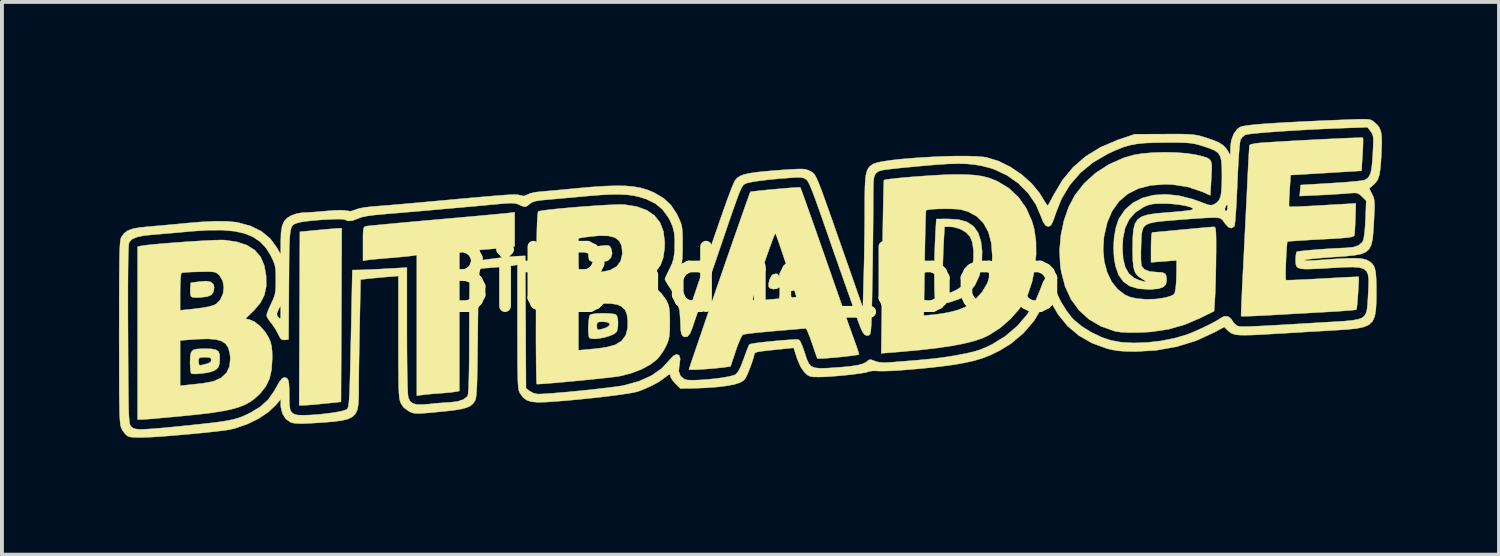
<source format=kicad_pcb>
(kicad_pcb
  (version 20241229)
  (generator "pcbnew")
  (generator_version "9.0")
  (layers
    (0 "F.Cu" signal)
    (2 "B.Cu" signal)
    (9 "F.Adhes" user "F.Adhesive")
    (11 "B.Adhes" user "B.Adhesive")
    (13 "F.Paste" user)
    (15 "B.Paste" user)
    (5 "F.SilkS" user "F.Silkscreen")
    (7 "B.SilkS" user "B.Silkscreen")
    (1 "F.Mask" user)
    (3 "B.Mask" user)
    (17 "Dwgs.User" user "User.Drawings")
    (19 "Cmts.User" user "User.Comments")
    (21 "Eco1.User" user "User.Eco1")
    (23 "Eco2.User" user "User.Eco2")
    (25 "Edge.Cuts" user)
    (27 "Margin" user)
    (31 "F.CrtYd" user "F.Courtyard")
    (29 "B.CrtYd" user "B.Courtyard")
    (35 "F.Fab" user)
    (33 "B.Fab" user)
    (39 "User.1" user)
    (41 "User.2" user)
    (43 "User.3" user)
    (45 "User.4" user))
  (footprint "BitBadge_logo"
    (layer "F.Cu")
    (at 16.103 4.109)
    (property "Reference" "BitBadge_logo" (at 0 0 0) (layer "F.SilkS") (effects (font (size 1.524 1.524) (thickness 0.3))))
    (attr through_hole)
    (fp_poly (pts (xy 0.774 -0.135) (xy 0.823 -0.083) (xy 0.854 0.01) (xy 0.862 0.112) (xy 0.841 0.192) (xy 0.835 0.2) (xy 0.767 0.242) (xy 0.677 0.253) (xy 0.595 0.235) (xy 0.557 0.198) (xy 0.552 0.109) (xy 0.579 0.000113) (xy 0.628 -0.091) (xy 0.658 -0.12) (xy 0.737 -0.141) (xy 0.774 -0.135)) (stroke (width 0.01) (type solid)) (fill yes) (layer "F.SilkS"))
    (fp_poly (pts (xy -10.401 0.918) (xy -10.411 3.143) (xy -10.81 3.185) (xy -10.989 3.203) (xy -11.155 3.218) (xy -11.286 3.228) (xy -11.347 3.231) (xy -11.483 3.234) (xy -11.474 1.008) (xy -11.465 -1.217) (xy -11.01 -1.26) (xy -10.829 -1.277) (xy -10.668 -1.291) (xy -10.544 -1.301) (xy -10.475 -1.305) (xy -10.474 -1.305) (xy -10.392 -1.308) (xy -10.401 0.918)) (stroke (width 0.01) (type solid)) (fill yes) (layer "F.SilkS"))
    (fp_poly (pts (xy -13.746 0.07) (xy -13.68 0.128) (xy -13.663 0.21) (xy -13.679 0.324) (xy -13.732 0.399) (xy -13.836 0.444) (xy -13.999 0.465) (xy -14.003 0.466) (xy -14.139 0.471) (xy -14.219 0.463) (xy -14.257 0.439) (xy -14.264 0.426) (xy -14.275 0.355) (xy -14.275 0.251) (xy -14.274 0.231) (xy -14.263 0.091) (xy -14.047 0.061) (xy -13.867 0.048) (xy -13.746 0.07)) (stroke (width 0.01) (type solid)) (fill yes) (layer "F.SilkS"))
    (fp_poly (pts (xy -3.557 -0.866) (xy -3.517 -0.844) (xy -3.489 -0.797) (xy -3.483 -0.784) (xy -3.459 -0.665) (xy -3.489 -0.557) (xy -3.563 -0.482) (xy -3.598 -0.468) (xy -3.729 -0.444) (xy -3.86 -0.438) (xy -3.97 -0.451) (xy -4.038 -0.48) (xy -4.048 -0.494) (xy -4.068 -0.597) (xy -4.063 -0.704) (xy -4.034 -0.782) (xy -4.024 -0.792) (xy -3.965 -0.816) (xy -3.859 -0.84) (xy -3.753 -0.856) (xy -3.629 -0.868) (xy -3.557 -0.866)) (stroke (width 0.01) (type solid)) (fill yes) (layer "F.SilkS"))
    (fp_poly (pts (xy -3.523 0.878) (xy -3.406 0.893) (xy -3.35 0.916) (xy -3.322 0.983) (xy -3.309 1.091) (xy -3.312 1.212) (xy -3.331 1.316) (xy -3.344 1.346) (xy -3.403 1.399) (xy -3.512 1.448) (xy -3.648 1.489) (xy -3.792 1.518) (xy -3.921 1.529) (xy -4.016 1.518) (xy -4.046 1.502) (xy -4.062 1.449) (xy -4.07 1.347) (xy -4.07 1.22) (xy -4.068 1.2) (xy -3.852 1.2) (xy -3.845 1.275) (xy -3.812 1.296) (xy -3.752 1.286) (xy -3.653 1.256) (xy -3.588 1.229) (xy -3.525 1.178) (xy -3.528 1.132) (xy -3.591 1.1) (xy -3.688 1.09) (xy -3.789 1.093) (xy -3.836 1.112) (xy -3.851 1.158) (xy -3.852 1.2) (xy -4.068 1.2) (xy -4.062 1.091) (xy -4.049 0.983) (xy -4.03 0.92) (xy -4.026 0.916) (xy -3.965 0.892) (xy -3.844 0.877) (xy -3.688 0.872) (xy -3.523 0.878)) (stroke (width 0.01) (type solid)) (fill yes) (layer "F.SilkS"))
    (fp_poly (pts (xy -13.727 1.786) (xy -13.615 1.809) (xy -13.551 1.856) (xy -13.522 1.934) (xy -13.518 2.015) (xy -13.525 2.158) (xy -13.553 2.251) (xy -13.612 2.313) (xy -13.665 2.345) (xy -13.75 2.375) (xy -13.871 2.4) (xy -14.004 2.419) (xy -14.127 2.428) (xy -14.219 2.425) (xy -14.254 2.413) (xy -14.267 2.366) (xy -14.276 2.267) (xy -14.281 2.136) (xy -14.281 2.121) (xy -14.28 2.11) (xy -14.063 2.11) (xy -14.054 2.187) (xy -14.022 2.208) (xy -13.999 2.204) (xy -13.915 2.183) (xy -13.836 2.165) (xy -13.755 2.125) (xy -13.736 2.071) (xy -13.747 2.026) (xy -13.792 2.004) (xy -13.889 1.999) (xy -13.899 1.999) (xy -14 2.002) (xy -14.047 2.02) (xy -14.062 2.067) (xy -14.063 2.11) (xy -14.28 2.11) (xy -14.276 1.969) (xy -14.253 1.871) (xy -14.199 1.814) (xy -14.101 1.788) (xy -13.947 1.781) (xy -13.899 1.781) (xy -13.727 1.786)) (stroke (width 0.01) (type solid)) (fill yes) (layer "F.SilkS"))
    (fp_poly (pts (xy 5.428 -1.529) (xy 5.644 -1.466) (xy 5.808 -1.355) (xy 5.924 -1.191) (xy 5.996 -0.972) (xy 6.026 -0.717) (xy 6.016 -0.378) (xy 5.953 -0.085) (xy 5.838 0.16) (xy 5.671 0.356) (xy 5.455 0.5) (xy 5.19 0.591) (xy 5.137 0.602) (xy 5.03 0.621) (xy 4.947 0.636) (xy 4.937 0.638) (xy 4.862 0.625) (xy 4.837 0.608) (xy 4.824 0.558) (xy 4.813 0.447) (xy 4.806 0.284) (xy 4.802 0.08) (xy 4.801 -0.03) (xy 5.015 -0.03) (xy 5.015 0.401) (xy 5.115 0.378) (xy 5.205 0.347) (xy 5.324 0.294) (xy 5.386 0.263) (xy 5.506 0.182) (xy 5.614 0.082) (xy 5.649 0.039) (xy 5.726 -0.119) (xy 5.779 -0.318) (xy 5.805 -0.538) (xy 5.804 -0.756) (xy 5.773 -0.95) (xy 5.719 -1.087) (xy 5.617 -1.198) (xy 5.469 -1.286) (xy 5.299 -1.337) (xy 5.209 -1.344) (xy 5.062 -1.344) (xy 5.038 -0.903) (xy 5.028 -0.671) (xy 5.02 -0.41) (xy 5.015 -0.158) (xy 5.015 -0.03) (xy 4.801 -0.03) (xy 4.801 -0.154) (xy 4.803 -0.407) (xy 4.809 -0.669) (xy 4.818 -0.93) (xy 4.828 -1.145) (xy 4.851 -1.544) (xy 5.156 -1.547) (xy 5.428 -1.529)) (stroke (width 0.01) (type solid)) (fill yes) (layer "F.SilkS"))
    (fp_poly (pts (xy -5.959 -0.842) (xy -6.096 -0.822) (xy -6.183 -0.811) (xy -6.324 -0.797) (xy -6.501 -0.781) (xy -6.695 -0.765) (xy -6.722 -0.762) (xy -6.911 -0.747) (xy -7.078 -0.731) (xy -7.209 -0.717) (xy -7.287 -0.707) (xy -7.295 -0.706) (xy -7.377 -0.689) (xy -7.377 2.865) (xy -7.476 2.884) (xy -7.559 2.896) (xy -7.69 2.909) (xy -7.843 2.922) (xy -7.885 2.925) (xy -8.048 2.937) (xy -8.2 2.951) (xy -8.313 2.964) (xy -8.33 2.966) (xy -8.467 2.986) (xy -8.467 -0.621) (xy -8.585 -0.602) (xy -8.666 -0.592) (xy -8.801 -0.578) (xy -8.972 -0.562) (xy -9.161 -0.546) (xy -9.175 -0.545) (xy -9.362 -0.53) (xy -9.531 -0.514) (xy -9.664 -0.501) (xy -9.743 -0.491) (xy -9.748 -0.491) (xy -9.847 -0.474) (xy -9.847 -0.909) (xy -9.847 -1.092) (xy -9.844 -1.216) (xy -9.835 -1.292) (xy -9.82 -1.333) (xy -9.794 -1.352) (xy -9.766 -1.36) (xy -9.714 -1.367) (xy -9.597 -1.379) (xy -9.423 -1.396) (xy -9.199 -1.417) (xy -8.933 -1.442) (xy -8.632 -1.469) (xy -8.304 -1.499) (xy -7.994 -1.526) (xy -7.645 -1.557) (xy -7.312 -1.587) (xy -7.005 -1.614) (xy -6.731 -1.639) (xy -6.498 -1.661) (xy -6.314 -1.678) (xy -6.188 -1.69) (xy -6.132 -1.696) (xy -5.959 -1.717) (xy -5.959 -0.842)) (stroke (width 0.01) (type solid)) (fill yes) (layer "F.SilkS"))
    (fp_poly (pts (xy 5.613 -2.683) (xy 5.843 -2.669) (xy 6.035 -2.641) (xy 6.206 -2.596) (xy 6.374 -2.531) (xy 6.424 -2.508) (xy 6.713 -2.333) (xy 6.958 -2.103) (xy 7.155 -1.822) (xy 7.302 -1.494) (xy 7.361 -1.286) (xy 7.406 -0.98) (xy 7.41 -0.638) (xy 7.376 -0.284) (xy 7.307 0.059) (xy 7.205 0.369) (xy 7.15 0.491) (xy 6.979 0.761) (xy 6.753 1.018) (xy 6.491 1.246) (xy 6.208 1.428) (xy 6.043 1.506) (xy 5.834 1.579) (xy 5.578 1.644) (xy 5.272 1.704) (xy 4.911 1.758) (xy 4.488 1.808) (xy 4.001 1.854) (xy 3.764 1.874) (xy 3.44 1.899) (xy 3.452 0.932) (xy 4.531 0.932) (xy 4.836 0.902) (xy 5.021 0.876) (xy 5.217 0.838) (xy 5.383 0.796) (xy 5.39 0.793) (xy 5.576 0.721) (xy 5.733 0.622) (xy 5.837 0.534) (xy 6.028 0.325) (xy 6.163 0.093) (xy 6.247 -0.173) (xy 6.283 -0.485) (xy 6.286 -0.602) (xy 6.261 -0.932) (xy 6.186 -1.211) (xy 6.061 -1.438) (xy 5.888 -1.612) (xy 5.665 -1.733) (xy 5.494 -1.783) (xy 5.391 -1.796) (xy 5.25 -1.804) (xy 5.088 -1.806) (xy 4.924 -1.804) (xy 4.775 -1.797) (xy 4.659 -1.785) (xy 4.594 -1.77) (xy 4.588 -1.766) (xy 4.584 -1.727) (xy 4.579 -1.624) (xy 4.574 -1.464) (xy 4.568 -1.257) (xy 4.563 -1.009) (xy 4.557 -0.729) (xy 4.552 -0.425) (xy 4.552 -0.409) (xy 4.531 0.932) (xy 3.452 0.932) (xy 3.466 -0.312) (xy 3.471 -0.706) (xy 3.476 -1.078) (xy 3.482 -1.422) (xy 3.487 -1.732) (xy 3.492 -2) (xy 3.497 -2.222) (xy 3.502 -2.39) (xy 3.506 -2.499) (xy 3.51 -2.541) (xy 3.51 -2.541) (xy 3.555 -2.554) (xy 3.661 -2.569) (xy 3.816 -2.587) (xy 4.009 -2.606) (xy 4.226 -2.624) (xy 4.458 -2.642) (xy 4.691 -2.658) (xy 4.915 -2.671) (xy 5.116 -2.681) (xy 5.285 -2.686) (xy 5.328 -2.687) (xy 5.613 -2.683)) (stroke (width 0.01) (type solid)) (fill yes) (layer "F.SilkS"))
    (fp_poly (pts (xy 10.988 -3.249) (xy 11.262 -3.229) (xy 11.491 -3.194) (xy 11.523 -3.187) (xy 11.685 -3.148) (xy 11.797 -3.112) (xy 11.866 -3.065) (xy 11.903 -2.994) (xy 11.914 -2.886) (xy 11.909 -2.727) (xy 11.901 -2.59) (xy 11.875 -2.151) (xy 11.675 -2.24) (xy 11.306 -2.366) (xy 10.911 -2.427) (xy 10.718 -2.434) (xy 10.351 -2.407) (xy 10.032 -2.325) (xy 9.76 -2.188) (xy 9.536 -1.997) (xy 9.359 -1.75) (xy 9.231 -1.449) (xy 9.151 -1.094) (xy 9.149 -1.082) (xy 9.129 -0.758) (xy 9.157 -0.454) (xy 9.231 -0.177) (xy 9.347 0.063) (xy 9.502 0.258) (xy 9.69 0.4) (xy 9.82 0.457) (xy 10.006 0.497) (xy 10.232 0.514) (xy 10.47 0.508) (xy 10.689 0.477) (xy 10.767 0.458) (xy 10.879 0.423) (xy 10.94 0.388) (xy 10.969 0.335) (xy 10.986 0.243) (xy 10.987 0.232) (xy 10.999 0.107) (xy 11.007 -0.055) (xy 11.01 -0.21) (xy 11.01 -0.483) (xy 10.356 -0.433) (xy 10.356 -0.816) (xy 10.359 -0.973) (xy 10.365 -1.099) (xy 10.375 -1.179) (xy 10.383 -1.2) (xy 10.426 -1.203) (xy 10.53 -1.213) (xy 10.684 -1.227) (xy 10.877 -1.245) (xy 11.097 -1.266) (xy 11.156 -1.272) (xy 11.384 -1.293) (xy 11.59 -1.312) (xy 11.763 -1.328) (xy 11.889 -1.338) (xy 11.958 -1.343) (xy 11.964 -1.344) (xy 11.986 -1.339) (xy 12.002 -1.318) (xy 12.013 -1.272) (xy 12.02 -1.191) (xy 12.024 -1.065) (xy 12.025 -0.887) (xy 12.024 -0.645) (xy 12.023 -0.627) (xy 12.021 -0.375) (xy 12.016 -0.12) (xy 12.01 0.119) (xy 12.003 0.323) (xy 11.996 0.454) (xy 11.973 0.818) (xy 11.628 0.989) (xy 11.219 1.164) (xy 10.804 1.282) (xy 10.363 1.349) (xy 10.084 1.365) (xy 9.796 1.368) (xy 9.574 1.356) (xy 9.43 1.333) (xy 9.075 1.208) (xy 8.769 1.03) (xy 8.513 0.799) (xy 8.307 0.518) (xy 8.154 0.187) (xy 8.054 -0.192) (xy 8.029 -0.359) (xy 8.011 -0.738) (xy 8.044 -1.125) (xy 8.123 -1.504) (xy 8.246 -1.855) (xy 8.405 -2.156) (xy 8.644 -2.461) (xy 8.937 -2.726) (xy 9.275 -2.944) (xy 9.647 -3.109) (xy 9.909 -3.186) (xy 10.13 -3.223) (xy 10.4 -3.246) (xy 10.693 -3.255) (xy 10.988 -3.249)) (stroke (width 0.01) (type solid)) (fill yes) (layer "F.SilkS"))
    (fp_poly (pts (xy -13.395 -1.005) (xy -13.39 -1.004) (xy -13.074 -0.957) (xy -12.819 -0.872) (xy -12.62 -0.745) (xy -12.474 -0.575) (xy -12.379 -0.358) (xy -12.331 -0.091) (xy -12.33 -0.083) (xy -12.328 0.183) (xy -12.376 0.408) (xy -12.479 0.608) (xy -12.643 0.8) (xy -12.647 0.804) (xy -12.86 1.012) (xy -12.749 1.037) (xy -12.622 1.093) (xy -12.488 1.2) (xy -12.363 1.339) (xy -12.265 1.494) (xy -12.259 1.508) (xy -12.215 1.616) (xy -12.189 1.727) (xy -12.176 1.865) (xy -12.173 2.024) (xy -12.19 2.31) (xy -12.242 2.545) (xy -12.337 2.745) (xy -12.478 2.924) (xy -12.5 2.947) (xy -12.615 3.052) (xy -12.736 3.141) (xy -12.872 3.216) (xy -13.031 3.279) (xy -13.221 3.334) (xy -13.45 3.381) (xy -13.727 3.424) (xy -14.06 3.464) (xy -14.457 3.505) (xy -14.479 3.507) (xy -14.739 3.531) (xy -14.979 3.553) (xy -15.189 3.572) (xy -15.358 3.586) (xy -15.474 3.595) (xy -15.525 3.597) (xy -15.625 3.597) (xy -15.625 1.569) (xy -14.535 1.569) (xy -14.535 2.732) (xy -14.362 2.712) (xy -14.229 2.697) (xy -14.065 2.68) (xy -13.954 2.668) (xy -13.691 2.62) (xy -13.49 2.531) (xy -13.348 2.402) (xy -13.268 2.233) (xy -13.248 2.025) (xy -13.264 1.885) (xy -13.303 1.752) (xy -13.37 1.653) (xy -13.473 1.585) (xy -13.62 1.544) (xy -13.818 1.529) (xy -14.076 1.536) (xy -14.188 1.543) (xy -14.535 1.569) (xy -15.625 1.569) (xy -15.625 0.327) (xy -14.535 0.327) (xy -14.535 0.796) (xy -14.344 0.777) (xy -14.196 0.761) (xy -14.025 0.74) (xy -13.93 0.727) (xy -13.793 0.701) (xy -13.674 0.665) (xy -13.615 0.637) (xy -13.504 0.525) (xy -13.437 0.375) (xy -13.415 0.209) (xy -13.442 0.047) (xy -13.519 -0.089) (xy -13.533 -0.104) (xy -13.577 -0.145) (xy -13.622 -0.172) (xy -13.682 -0.187) (xy -13.773 -0.194) (xy -13.911 -0.194) (xy -14.048 -0.191) (xy -14.217 -0.186) (xy -14.36 -0.179) (xy -14.46 -0.17) (xy -14.501 -0.162) (xy -14.514 -0.12) (xy -14.524 -0.019) (xy -14.532 0.125) (xy -14.535 0.299) (xy -14.535 0.327) (xy -15.625 0.327) (xy -15.625 -0.834) (xy -15.543 -0.853) (xy -15.448 -0.868) (xy -15.294 -0.886) (xy -15.093 -0.905) (xy -14.859 -0.925) (xy -14.606 -0.944) (xy -14.345 -0.963) (xy -14.091 -0.979) (xy -13.855 -0.992) (xy -13.652 -1.002) (xy -13.494 -1.006) (xy -13.395 -1.005)) (stroke (width 0.01) (type solid)) (fill yes) (layer "F.SilkS"))
    (fp_poly (pts (xy 15.788 -3.628) (xy 15.788 -3.628) (xy 15.792 -3.588) (xy 15.792 -3.49) (xy 15.787 -3.349) (xy 15.778 -3.196) (xy 15.752 -2.78) (xy 14.844 -2.725) (xy 13.935 -2.671) (xy 13.909 -2.273) (xy 13.9 -2.112) (xy 13.894 -1.979) (xy 13.894 -1.89) (xy 13.897 -1.861) (xy 13.936 -1.859) (xy 14.036 -1.861) (xy 14.186 -1.866) (xy 14.374 -1.875) (xy 14.588 -1.886) (xy 14.596 -1.887) (xy 14.824 -1.9) (xy 15.038 -1.913) (xy 15.224 -1.923) (xy 15.365 -1.931) (xy 15.443 -1.936) (xy 15.607 -1.944) (xy 15.595 -1.563) (xy 15.589 -1.398) (xy 15.581 -1.257) (xy 15.573 -1.158) (xy 15.568 -1.124) (xy 15.553 -1.105) (xy 15.515 -1.089) (xy 15.445 -1.075) (xy 15.335 -1.062) (xy 15.177 -1.049) (xy 14.962 -1.036) (xy 14.709 -1.023) (xy 14.469 -1.01) (xy 14.255 -0.997) (xy 14.077 -0.985) (xy 13.944 -0.976) (xy 13.868 -0.968) (xy 13.853 -0.966) (xy 13.844 -0.924) (xy 13.835 -0.827) (xy 13.826 -0.691) (xy 13.818 -0.533) (xy 13.811 -0.368) (xy 13.807 -0.214) (xy 13.806 -0.087) (xy 13.809 -0.003) (xy 13.814 0.021) (xy 13.855 0.023) (xy 13.959 0.021) (xy 14.115 0.015) (xy 14.315 0.006) (xy 14.546 -0.006) (xy 14.756 -0.018) (xy 15.006 -0.032) (xy 15.23 -0.044) (xy 15.42 -0.054) (xy 15.564 -0.06) (xy 15.654 -0.064) (xy 15.68 -0.063) (xy 15.682 -0.021) (xy 15.679 0.076) (xy 15.673 0.208) (xy 15.663 0.358) (xy 15.652 0.508) (xy 15.641 0.64) (xy 15.631 0.736) (xy 15.623 0.778) (xy 15.623 0.778) (xy 15.582 0.786) (xy 15.479 0.797) (xy 15.327 0.809) (xy 15.136 0.823) (xy 14.918 0.836) (xy 14.878 0.838) (xy 14.589 0.854) (xy 14.258 0.873) (xy 13.917 0.892) (xy 13.595 0.91) (xy 13.414 0.921) (xy 13.191 0.933) (xy 12.994 0.942) (xy 12.833 0.947) (xy 12.721 0.949) (xy 12.668 0.946) (xy 12.665 0.945) (xy 12.665 0.906) (xy 12.668 0.802) (xy 12.674 0.643) (xy 12.683 0.436) (xy 12.694 0.19) (xy 12.708 -0.087) (xy 12.721 -0.345) (xy 12.739 -0.695) (xy 12.757 -1.067) (xy 12.776 -1.445) (xy 12.794 -1.81) (xy 12.811 -2.144) (xy 12.824 -2.429) (xy 12.828 -2.507) (xy 12.84 -2.756) (xy 12.851 -2.981) (xy 12.862 -3.172) (xy 12.871 -3.319) (xy 12.878 -3.411) (xy 12.881 -3.438) (xy 12.922 -3.46) (xy 13.021 -3.48) (xy 13.163 -3.497) (xy 13.215 -3.501) (xy 13.431 -3.515) (xy 13.678 -3.53) (xy 13.947 -3.546) (xy 14.228 -3.561) (xy 14.512 -3.576) (xy 14.789 -3.59) (xy 15.05 -3.603) (xy 15.286 -3.614) (xy 15.487 -3.622) (xy 15.644 -3.628) (xy 15.747 -3.63) (xy 15.788 -3.628)) (stroke (width 0.01) (type solid)) (fill yes) (layer "F.SilkS"))
    (fp_poly (pts (xy -3.15 -1.914) (xy -3.145 -1.914) (xy -2.83 -1.864) (xy -2.574 -1.771) (xy -2.375 -1.635) (xy -2.232 -1.455) (xy -2.145 -1.228) (xy -2.112 -0.953) (xy -2.115 -0.803) (xy -2.147 -0.562) (xy -2.217 -0.367) (xy -2.335 -0.197) (xy -2.457 -0.077) (xy -2.543 0.003) (xy -2.599 0.061) (xy -2.613 0.085) (xy -2.572 0.105) (xy -2.493 0.138) (xy -2.484 0.142) (xy -2.338 0.23) (xy -2.194 0.367) (xy -2.074 0.534) (xy -2.059 0.561) (xy -2.023 0.639) (xy -2 0.723) (xy -1.987 0.831) (xy -1.981 0.982) (xy -1.98 1.108) (xy -1.982 1.294) (xy -1.99 1.427) (xy -2.007 1.53) (xy -2.037 1.622) (xy -2.076 1.711) (xy -2.154 1.851) (xy -2.252 1.988) (xy -2.309 2.053) (xy -2.474 2.182) (xy -2.692 2.301) (xy -2.946 2.401) (xy -3.215 2.474) (xy -3.271 2.485) (xy -3.367 2.499) (xy -3.521 2.518) (xy -3.72 2.54) (xy -3.951 2.564) (xy -4.201 2.589) (xy -4.458 2.614) (xy -4.708 2.637) (xy -4.938 2.657) (xy -5.137 2.674) (xy -5.29 2.685) (xy -5.385 2.689) (xy -5.391 2.689) (xy -5.397 2.654) (xy -5.401 2.552) (xy -5.405 2.39) (xy -5.408 2.173) (xy -5.41 1.909) (xy -5.412 1.602) (xy -5.412 1.26) (xy -5.411 0.888) (xy -5.41 0.661) (xy -4.324 0.661) (xy -4.324 1.821) (xy -4.061 1.798) (xy -3.893 1.781) (xy -3.722 1.76) (xy -3.603 1.742) (xy -3.379 1.681) (xy -3.217 1.58) (xy -3.112 1.438) (xy -3.062 1.249) (xy -3.059 1.066) (xy -3.08 0.909) (xy -3.125 0.79) (xy -3.203 0.705) (xy -3.32 0.651) (xy -3.485 0.624) (xy -3.705 0.62) (xy -3.977 0.635) (xy -4.324 0.661) (xy -5.41 0.661) (xy -5.409 0.493) (xy -5.409 0.489) (xy -5.406 0.005) (xy -5.402 -0.411) (xy -5.398 -0.762) (xy -5.393 -1.048) (xy -4.324 -1.048) (xy -4.324 -0.603) (xy -4.323 -0.431) (xy -4.319 -0.286) (xy -4.314 -0.185) (xy -4.308 -0.141) (xy -4.307 -0.14) (xy -4.26 -0.133) (xy -4.16 -0.136) (xy -4.025 -0.148) (xy -3.873 -0.167) (xy -3.722 -0.19) (xy -3.591 -0.215) (xy -3.498 -0.24) (xy -3.494 -0.242) (xy -3.339 -0.332) (xy -3.24 -0.468) (xy -3.199 -0.646) (xy -3.198 -0.683) (xy -3.217 -0.859) (xy -3.28 -0.986) (xy -3.39 -1.069) (xy -3.553 -1.111) (xy -3.774 -1.116) (xy -3.846 -1.111) (xy -3.996 -1.097) (xy -4.129 -1.081) (xy -4.219 -1.068) (xy -4.224 -1.067) (xy -4.324 -1.048) (xy -5.393 -1.048) (xy -5.393 -1.052) (xy -5.388 -1.285) (xy -5.382 -1.465) (xy -5.375 -1.597) (xy -5.367 -1.683) (xy -5.358 -1.729) (xy -5.352 -1.738) (xy -5.297 -1.752) (xy -5.18 -1.77) (xy -5.014 -1.79) (xy -4.809 -1.811) (xy -4.577 -1.832) (xy -4.33 -1.853) (xy -4.078 -1.872) (xy -3.833 -1.889) (xy -3.606 -1.903) (xy -3.409 -1.912) (xy -3.253 -1.916) (xy -3.15 -1.914)) (stroke (width 0.01) (type solid)) (fill yes) (layer "F.SilkS"))
    (fp_poly (pts (xy 1.363 -2.356) (xy 1.363 -2.355) (xy 1.379 -2.317) (xy 1.418 -2.214) (xy 1.478 -2.049) (xy 1.557 -1.825) (xy 1.656 -1.547) (xy 1.772 -1.218) (xy 1.904 -0.841) (xy 2.052 -0.419) (xy 2.213 0.043) (xy 2.325 0.363) (xy 2.414 0.619) (xy 2.504 0.876) (xy 2.589 1.118) (xy 2.664 1.328) (xy 2.723 1.492) (xy 2.74 1.54) (xy 2.794 1.69) (xy 2.837 1.815) (xy 2.864 1.899) (xy 2.871 1.926) (xy 2.837 1.937) (xy 2.746 1.952) (xy 2.614 1.969) (xy 2.455 1.987) (xy 2.286 2.004) (xy 2.121 2.018) (xy 1.976 2.029) (xy 1.866 2.034) (xy 1.808 2.033) (xy 1.802 2.031) (xy 1.787 1.993) (xy 1.753 1.9) (xy 1.708 1.768) (xy 1.663 1.635) (xy 1.609 1.483) (xy 1.56 1.36) (xy 1.523 1.281) (xy 1.503 1.258) (xy 1.459 1.263) (xy 1.354 1.272) (xy 1.198 1.286) (xy 1.004 1.302) (xy 0.781 1.321) (xy 0.709 1.327) (xy 0.478 1.348) (xy 0.27 1.368) (xy 0.097 1.387) (xy -0.03 1.404) (xy -0.1 1.417) (xy -0.108 1.419) (xy -0.14 1.463) (xy -0.187 1.562) (xy -0.243 1.699) (xy -0.293 1.841) (xy -0.424 2.235) (xy -0.584 2.258) (xy -0.706 2.272) (xy -0.857 2.287) (xy -1.021 2.3) (xy -1.181 2.311) (xy -1.323 2.318) (xy -1.429 2.321) (xy -1.485 2.318) (xy -1.49 2.316) (xy -1.488 2.307) (xy -1.483 2.287) (xy -1.471 2.25) (xy -1.451 2.19) (xy -1.422 2.101) (xy -1.38 1.979) (xy -1.325 1.818) (xy -1.254 1.611) (xy -1.166 1.353) (xy -1.059 1.04) (xy -0.93 0.664) (xy -0.896 0.563) (xy -0.881 0.52) (xy 0.145 0.52) (xy 0.15 0.533) (xy 0.171 0.54) (xy 0.218 0.543) (xy 0.302 0.54) (xy 0.431 0.531) (xy 0.617 0.516) (xy 0.763 0.503) (xy 0.943 0.487) (xy 1.095 0.473) (xy 1.204 0.463) (xy 1.259 0.456) (xy 1.262 0.455) (xy 1.255 0.42) (xy 1.228 0.328) (xy 1.186 0.19) (xy 1.132 0.018) (xy 1.069 -0.176) (xy 1.002 -0.38) (xy 0.935 -0.584) (xy 0.871 -0.774) (xy 0.814 -0.94) (xy 0.768 -1.071) (xy 0.737 -1.153) (xy 0.726 -1.177) (xy 0.71 -1.15) (xy 0.674 -1.066) (xy 0.625 -0.934) (xy 0.564 -0.767) (xy 0.496 -0.576) (xy 0.426 -0.37) (xy 0.355 -0.163) (xy 0.289 0.036) (xy 0.231 0.215) (xy 0.186 0.363) (xy 0.156 0.468) (xy 0.145 0.52) (xy -0.881 0.52) (xy -0.79 0.254) (xy -0.679 -0.065) (xy -0.568 -0.389) (xy -0.457 -0.708) (xy -0.35 -1.016) (xy -0.248 -1.306) (xy -0.156 -1.569) (xy -0.075 -1.8) (xy -0.008 -1.989) (xy 0.043 -2.13) (xy 0.074 -2.216) (xy 0.084 -2.24) (xy 0.123 -2.248) (xy 0.22 -2.26) (xy 0.361 -2.275) (xy 0.53 -2.292) (xy 0.715 -2.309) (xy 0.9 -2.325) (xy 1.072 -2.339) (xy 1.216 -2.35) (xy 1.317 -2.356) (xy 1.363 -2.356)) (stroke (width 0.01) (type solid)) (fill yes) (layer "F.SilkS"))
    (fp_poly (pts (xy 15.851 -4.103) (xy 15.933 -4.098) (xy 15.989 -4.085) (xy 16.03 -4.065) (xy 16.068 -4.037) (xy 16.071 -4.035) (xy 16.154 -3.961) (xy 16.212 -3.883) (xy 16.249 -3.788) (xy 16.268 -3.663) (xy 16.272 -3.494) (xy 16.264 -3.268) (xy 16.263 -3.237) (xy 16.248 -2.99) (xy 16.23 -2.804) (xy 16.206 -2.666) (xy 16.173 -2.565) (xy 16.127 -2.49) (xy 16.067 -2.427) (xy 16.057 -2.419) (xy 15.95 -2.328) (xy 16.024 -2.182) (xy 16.053 -2.121) (xy 16.072 -2.061) (xy 16.082 -1.988) (xy 16.086 -1.887) (xy 16.082 -1.745) (xy 16.073 -1.549) (xy 16.069 -1.477) (xy 16.055 -1.228) (xy 16.036 -1.033) (xy 16.004 -0.885) (xy 15.95 -0.776) (xy 15.866 -0.7) (xy 15.744 -0.648) (xy 15.576 -0.615) (xy 15.353 -0.591) (xy 15.066 -0.571) (xy 15.031 -0.569) (xy 14.81 -0.553) (xy 14.614 -0.536) (xy 14.455 -0.52) (xy 14.343 -0.505) (xy 14.292 -0.493) (xy 14.29 -0.492) (xy 14.31 -0.481) (xy 14.387 -0.477) (xy 14.507 -0.481) (xy 14.553 -0.484) (xy 14.895 -0.509) (xy 15.172 -0.527) (xy 15.392 -0.536) (xy 15.564 -0.539) (xy 15.695 -0.534) (xy 15.793 -0.521) (xy 15.866 -0.502) (xy 15.893 -0.491) (xy 15.978 -0.443) (xy 16.041 -0.385) (xy 16.085 -0.305) (xy 16.113 -0.193) (xy 16.127 -0.037) (xy 16.133 0.175) (xy 16.134 0.306) (xy 16.131 0.579) (xy 16.119 0.794) (xy 16.089 0.959) (xy 16.033 1.08) (xy 15.943 1.166) (xy 15.812 1.224) (xy 15.632 1.262) (xy 15.394 1.287) (xy 15.098 1.306) (xy 14.851 1.321) (xy 14.555 1.338) (xy 14.23 1.357) (xy 13.9 1.377) (xy 13.587 1.395) (xy 13.495 1.401) (xy 13.194 1.418) (xy 12.956 1.43) (xy 12.772 1.434) (xy 12.633 1.432) (xy 12.53 1.421) (xy 12.454 1.401) (xy 12.395 1.372) (xy 12.344 1.332) (xy 12.314 1.303) (xy 12.233 1.223) (xy 11.992 1.355) (xy 11.519 1.573) (xy 11.012 1.73) (xy 10.479 1.824) (xy 9.967 1.853) (xy 9.728 1.85) (xy 9.539 1.837) (xy 9.378 1.813) (xy 9.232 1.779) (xy 8.845 1.638) (xy 8.505 1.443) (xy 8.214 1.197) (xy 7.974 0.902) (xy 7.861 0.71) (xy 7.711 0.421) (xy 7.575 0.7) (xy 7.358 1.063) (xy 7.084 1.383) (xy 6.759 1.655) (xy 6.472 1.83) (xy 6.25 1.939) (xy 6.038 2.023) (xy 5.814 2.09) (xy 5.553 2.147) (xy 5.383 2.178) (xy 5.185 2.208) (xy 4.949 2.238) (xy 4.69 2.267) (xy 4.421 2.293) (xy 4.154 2.317) (xy 3.903 2.336) (xy 3.681 2.349) (xy 3.502 2.355) (xy 3.377 2.354) (xy 3.354 2.352) (xy 3.235 2.348) (xy 3.137 2.361) (xy 3.109 2.371) (xy 3.043 2.39) (xy 2.919 2.412) (xy 2.753 2.434) (xy 2.56 2.456) (xy 2.356 2.476) (xy 2.154 2.492) (xy 1.97 2.503) (xy 1.841 2.506) (xy 1.705 2.504) (xy 1.617 2.491) (xy 1.553 2.46) (xy 1.488 2.402) (xy 1.475 2.389) (xy 1.373 2.247) (xy 1.286 2.045) (xy 1.276 2.015) (xy 1.195 1.759) (xy 0.734 1.806) (xy 0.523 1.828) (xy 0.374 1.846) (xy 0.276 1.862) (xy 0.218 1.88) (xy 0.191 1.901) (xy 0.182 1.928) (xy 0.182 1.94) (xy 0.169 1.996) (xy 0.136 2.101) (xy 0.089 2.235) (xy 0.068 2.29) (xy 0.01 2.436) (xy -0.037 2.53) (xy -0.084 2.589) (xy -0.144 2.63) (xy -0.196 2.655) (xy -0.331 2.697) (xy -0.526 2.733) (xy -0.77 2.763) (xy -1.052 2.784) (xy -1.359 2.795) (xy -1.364 2.795) (xy -1.711 2.802) (xy -1.837 2.676) (xy -1.911 2.591) (xy -1.956 2.518) (xy -1.962 2.493) (xy -1.971 2.446) (xy -2.003 2.444) (xy -2.07 2.49) (xy -2.117 2.527) (xy -2.266 2.632) (xy -2.464 2.739) (xy -2.69 2.837) (xy -2.797 2.877) (xy -2.893 2.901) (xy -3.05 2.929) (xy -3.257 2.96) (xy -3.505 2.992) (xy -3.781 3.025) (xy -4.075 3.057) (xy -4.376 3.087) (xy -4.673 3.114) (xy -4.956 3.136) (xy -5.144 3.149) (xy -5.365 3.155) (xy -5.53 3.14) (xy -5.651 3.1) (xy -5.743 3.03) (xy -5.815 2.932) (xy -5.833 2.902) (xy -5.847 2.865) (xy -5.858 2.817) (xy -5.867 2.749) (xy -5.874 2.656) (xy -5.879 2.53) (xy -5.882 2.364) (xy -5.885 2.153) (xy -5.886 1.888) (xy -5.886 1.563) (xy -5.887 1.222) (xy -5.887 -0.371) (xy -6.005 -0.351) (xy -6.095 -0.338) (xy -6.233 -0.324) (xy -6.394 -0.31) (xy -6.45 -0.305) (xy -6.602 -0.293) (xy -6.73 -0.283) (xy -6.814 -0.275) (xy -6.831 -0.273) (xy -6.845 -0.264) (xy -6.856 -0.235) (xy -6.865 -0.182) (xy -6.873 -0.098) (xy -6.88 0.022) (xy -6.885 0.186) (xy -6.89 0.398) (xy -6.895 0.666) (xy -6.9 0.993) (xy -6.904 1.386) (xy -6.909 1.779) (xy -6.913 2.105) (xy -6.918 2.373) (xy -6.922 2.587) (xy -6.928 2.754) (xy -6.935 2.881) (xy -6.943 2.975) (xy -6.953 3.043) (xy -6.964 3.089) (xy -6.979 3.122) (xy -6.986 3.135) (xy -7.037 3.2) (xy -7.101 3.251) (xy -7.189 3.291) (xy -7.312 3.324) (xy -7.479 3.353) (xy -7.701 3.38) (xy -7.881 3.398) (xy -8.11 3.42) (xy -8.279 3.434) (xy -8.401 3.441) (xy -8.488 3.44) (xy -8.552 3.432) (xy -8.607 3.415) (xy -8.655 3.395) (xy -8.799 3.293) (xy -8.869 3.192) (xy -8.886 3.156) (xy -8.9 3.114) (xy -8.911 3.059) (xy -8.92 2.985) (xy -8.927 2.885) (xy -8.932 2.752) (xy -8.935 2.578) (xy -8.937 2.357) (xy -8.939 2.082) (xy -8.939 1.746) (xy -8.939 1.486) (xy -8.939 -0.083) (xy -9.239 -0.059) (xy -9.409 -0.044) (xy -9.578 -0.028) (xy -9.713 -0.014) (xy -9.724 -0.013) (xy -9.909 0.009) (xy -9.932 1.176) (xy -9.939 1.489) (xy -9.944 1.802) (xy -9.949 2.104) (xy -9.953 2.378) (xy -9.955 2.612) (xy -9.956 2.791) (xy -9.956 2.829) (xy -9.958 3.04) (xy -9.968 3.211) (xy -9.992 3.345) (xy -10.039 3.449) (xy -10.115 3.526) (xy -10.228 3.582) (xy -10.384 3.621) (xy -10.592 3.649) (xy -10.857 3.671) (xy -11.187 3.692) (xy -11.201 3.693) (xy -11.418 3.701) (xy -11.574 3.696) (xy -11.678 3.678) (xy -11.7 3.67) (xy -11.823 3.583) (xy -11.911 3.446) (xy -11.953 3.279) (xy -11.955 3.232) (xy -11.955 3.076) (xy -12.082 3.224) (xy -12.277 3.408) (xy -12.528 3.575) (xy -12.816 3.715) (xy -13.126 3.821) (xy -13.261 3.853) (xy -13.368 3.871) (xy -13.534 3.892) (xy -13.747 3.916) (xy -13.992 3.942) (xy -14.257 3.967) (xy -14.529 3.991) (xy -14.795 4.014) (xy -15.04 4.032) (xy -15.253 4.046) (xy -15.353 4.051) (xy -15.582 4.057) (xy -15.745 4.053) (xy -15.847 4.037) (xy -15.873 4.027) (xy -15.944 3.967) (xy -16.013 3.873) (xy -16.028 3.846) (xy -16.042 3.816) (xy -16.054 3.781) (xy -16.064 3.736) (xy -16.072 3.675) (xy -16.079 3.593) (xy -16.085 3.484) (xy -16.089 3.342) (xy -16.092 3.163) (xy -16.095 2.94) (xy -16.096 2.668) (xy -16.097 2.342) (xy -16.097 1.956) (xy -16.098 1.504) (xy -16.098 1.361) (xy -16.097 0.885) (xy -16.097 0.565) (xy -15.874 0.565) (xy -15.873 1.035) (xy -15.871 1.412) (xy -15.869 1.877) (xy -15.867 2.275) (xy -15.865 2.61) (xy -15.862 2.89) (xy -15.859 3.118) (xy -15.856 3.302) (xy -15.851 3.445) (xy -15.845 3.554) (xy -15.838 3.634) (xy -15.83 3.69) (xy -15.82 3.729) (xy -15.808 3.754) (xy -15.794 3.773) (xy -15.792 3.775) (xy -15.762 3.803) (xy -15.724 3.824) (xy -15.669 3.839) (xy -15.592 3.847) (xy -15.485 3.847) (xy -15.341 3.84) (xy -15.152 3.826) (xy -14.911 3.805) (xy -14.612 3.776) (xy -14.299 3.744) (xy -13.969 3.709) (xy -13.701 3.679) (xy -13.485 3.651) (xy -13.31 3.622) (xy -13.167 3.592) (xy -13.044 3.557) (xy -12.932 3.516) (xy -12.82 3.465) (xy -12.725 3.418) (xy -12.475 3.266) (xy -12.28 3.088) (xy -12.122 2.865) (xy -12.085 2.797) (xy -11.998 2.644) (xy -11.929 2.552) (xy -11.871 2.516) (xy -11.815 2.527) (xy -11.791 2.544) (xy -11.764 2.586) (xy -11.747 2.666) (xy -11.739 2.796) (xy -11.737 2.945) (xy -11.735 3.135) (xy -11.727 3.267) (xy -11.71 3.354) (xy -11.678 3.409) (xy -11.63 3.448) (xy -11.596 3.465) (xy -11.519 3.482) (xy -11.388 3.486) (xy -11.218 3.482) (xy -11.026 3.469) (xy -10.826 3.449) (xy -10.634 3.424) (xy -10.466 3.396) (xy -10.336 3.366) (xy -10.261 3.336) (xy -10.255 3.33) (xy -10.241 3.31) (xy -10.228 3.278) (xy -10.217 3.226) (xy -10.208 3.15) (xy -10.2 3.042) (xy -10.192 2.897) (xy -10.185 2.709) (xy -10.178 2.471) (xy -10.171 2.177) (xy -10.163 1.822) (xy -10.156 1.516) (xy -10.12 -0.236) (xy -9.938 -0.239) (xy -9.834 -0.242) (xy -9.677 -0.248) (xy -9.487 -0.257) (xy -9.283 -0.268) (xy -9.239 -0.271) (xy -8.721 -0.3) (xy -8.721 1.316) (xy -8.72 1.749) (xy -8.717 2.124) (xy -8.713 2.439) (xy -8.707 2.692) (xy -8.7 2.88) (xy -8.691 2.999) (xy -8.683 3.042) (xy -8.637 3.13) (xy -8.566 3.186) (xy -8.457 3.212) (xy -8.299 3.212) (xy -8.147 3.199) (xy -7.972 3.181) (xy -7.795 3.167) (xy -7.652 3.158) (xy -7.631 3.157) (xy -7.43 3.135) (xy -7.275 3.084) (xy -7.176 3.008) (xy -7.161 2.985) (xy -7.151 2.929) (xy -7.141 2.804) (xy -7.134 2.61) (xy -7.128 2.346) (xy -7.124 2.011) (xy -7.122 1.604) (xy -7.122 1.265) (xy -7.121 0.925) (xy -7.119 0.607) (xy -7.116 0.318) (xy -7.113 0.066) (xy -7.108 -0.142) (xy -7.103 -0.299) (xy -7.098 -0.396) (xy -7.093 -0.426) (xy -7.051 -0.442) (xy -6.95 -0.463) (xy -6.804 -0.488) (xy -6.627 -0.513) (xy -6.432 -0.538) (xy -6.234 -0.561) (xy -6.046 -0.579) (xy -5.881 -0.592) (xy -5.796 -0.596) (xy -5.687 -0.6) (xy -5.668 2.793) (xy -5.573 2.868) (xy -5.469 2.923) (xy -5.364 2.944) (xy -5.244 2.94) (xy -5.066 2.929) (xy -4.843 2.911) (xy -4.589 2.889) (xy -4.319 2.863) (xy -4.046 2.835) (xy -3.784 2.806) (xy -3.547 2.778) (xy -3.348 2.752) (xy -3.202 2.73) (xy -3.161 2.722) (xy -2.777 2.617) (xy -2.454 2.472) (xy -2.189 2.287) (xy -1.99 2.071) (xy -1.89 1.964) (xy -1.804 1.925) (xy -1.743 1.949) (xy -1.715 2.033) (xy -1.73 2.171) (xy -1.736 2.195) (xy -1.752 2.356) (xy -1.707 2.481) (xy -1.6 2.567) (xy -1.599 2.568) (xy -1.519 2.584) (xy -1.385 2.588) (xy -1.212 2.582) (xy -1.017 2.568) (xy -0.816 2.548) (xy -0.626 2.522) (xy -0.462 2.493) (xy -0.342 2.462) (xy -0.291 2.438) (xy -0.228 2.368) (xy -0.162 2.24) (xy -0.089 2.048) (xy -0.084 2.036) (xy -0.032 1.889) (xy 0.015 1.767) (xy 0.049 1.689) (xy 0.061 1.669) (xy 0.107 1.656) (xy 0.21 1.638) (xy 0.357 1.619) (xy 0.531 1.6) (xy 0.718 1.582) (xy 0.904 1.566) (xy 1.072 1.553) (xy 1.21 1.546) (xy 1.3 1.546) (xy 1.327 1.549) (xy 1.361 1.592) (xy 1.407 1.687) (xy 1.455 1.817) (xy 1.474 1.876) (xy 1.528 2.041) (xy 1.58 2.156) (xy 1.644 2.23) (xy 1.735 2.269) (xy 1.864 2.283) (xy 2.046 2.279) (xy 2.153 2.272) (xy 2.448 2.251) (xy 2.678 2.227) (xy 2.851 2.199) (xy 2.973 2.165) (xy 3.052 2.124) (xy 3.067 2.111) (xy 3.123 2.067) (xy 3.176 2.061) (xy 3.258 2.09) (xy 3.27 2.096) (xy 3.376 2.127) (xy 3.512 2.137) (xy 3.67 2.13) (xy 4.029 2.102) (xy 4.327 2.078) (xy 4.574 2.056) (xy 4.784 2.034) (xy 4.966 2.012) (xy 5.133 1.988) (xy 5.295 1.962) (xy 5.432 1.937) (xy 5.657 1.893) (xy 5.831 1.851) (xy 5.978 1.805) (xy 6.118 1.748) (xy 6.275 1.672) (xy 6.287 1.666) (xy 6.625 1.457) (xy 6.928 1.198) (xy 7.186 0.898) (xy 7.39 0.569) (xy 7.526 0.238) (xy 7.593 0.062) (xy 7.66 -0.042) (xy 7.726 -0.076) (xy 7.789 -0.038) (xy 7.846 0.071) (xy 7.882 0.189) (xy 7.947 0.374) (xy 8.05 0.583) (xy 8.178 0.791) (xy 8.314 0.971) (xy 8.375 1.037) (xy 8.58 1.207) (xy 8.831 1.364) (xy 9.105 1.493) (xy 9.32 1.565) (xy 9.591 1.615) (xy 9.91 1.633) (xy 10.256 1.621) (xy 10.613 1.58) (xy 10.962 1.511) (xy 11.265 1.423) (xy 11.394 1.373) (xy 11.551 1.305) (xy 11.719 1.227) (xy 11.88 1.148) (xy 12.016 1.075) (xy 12.112 1.018) (xy 12.139 0.997) (xy 12.235 0.948) (xy 12.333 0.955) (xy 12.409 1.013) (xy 12.42 1.034) (xy 12.483 1.124) (xy 12.544 1.176) (xy 12.562 1.188) (xy 12.581 1.198) (xy 12.607 1.206) (xy 12.645 1.211) (xy 12.701 1.214) (xy 12.78 1.214) (xy 12.889 1.211) (xy 13.032 1.205) (xy 13.216 1.196) (xy 13.446 1.184) (xy 13.728 1.168) (xy 14.067 1.148) (xy 14.47 1.124) (xy 14.771 1.106) (xy 15.084 1.088) (xy 15.332 1.072) (xy 15.524 1.053) (xy 15.666 1.027) (xy 15.767 0.989) (xy 15.834 0.933) (xy 15.875 0.856) (xy 15.897 0.751) (xy 15.909 0.616) (xy 15.919 0.444) (xy 15.922 0.393) (xy 15.933 0.177) (xy 15.935 0.008) (xy 15.92 -0.119) (xy 15.879 -0.209) (xy 15.806 -0.268) (xy 15.693 -0.301) (xy 15.532 -0.312) (xy 15.316 -0.308) (xy 15.037 -0.293) (xy 14.934 -0.287) (xy 14.661 -0.271) (xy 14.452 -0.262) (xy 14.298 -0.261) (xy 14.192 -0.271) (xy 14.123 -0.294) (xy 14.085 -0.332) (xy 14.067 -0.387) (xy 14.063 -0.462) (xy 14.063 -0.511) (xy 14.069 -0.617) (xy 14.084 -0.69) (xy 14.094 -0.706) (xy 14.141 -0.716) (xy 14.247 -0.728) (xy 14.396 -0.743) (xy 14.576 -0.758) (xy 14.771 -0.773) (xy 14.967 -0.786) (xy 15.151 -0.796) (xy 15.307 -0.803) (xy 15.334 -0.803) (xy 15.535 -0.822) (xy 15.676 -0.867) (xy 15.766 -0.944) (xy 15.799 -1.007) (xy 15.815 -1.082) (xy 15.832 -1.212) (xy 15.846 -1.377) (xy 15.855 -1.559) (xy 15.873 -2.01) (xy 15.765 -2.118) (xy 15.701 -2.177) (xy 15.643 -2.207) (xy 15.565 -2.214) (xy 15.443 -2.205) (xy 15.432 -2.204) (xy 15.311 -2.194) (xy 15.138 -2.183) (xy 14.936 -2.17) (xy 14.725 -2.159) (xy 14.687 -2.158) (xy 14.167 -2.133) (xy 14.178 -2.275) (xy 14.19 -2.416) (xy 14.971 -2.463) (xy 15.207 -2.478) (xy 15.421 -2.494) (xy 15.603 -2.511) (xy 15.74 -2.526) (xy 15.82 -2.539) (xy 15.832 -2.543) (xy 15.901 -2.583) (xy 15.952 -2.644) (xy 15.989 -2.737) (xy 16.015 -2.873) (xy 16.033 -3.064) (xy 16.042 -3.216) (xy 16.052 -3.411) (xy 16.055 -3.547) (xy 16.052 -3.639) (xy 16.04 -3.701) (xy 16.018 -3.748) (xy 15.985 -3.793) (xy 15.904 -3.897) (xy 15.247 -3.873) (xy 14.921 -3.86) (xy 14.59 -3.845) (xy 14.262 -3.827) (xy 13.945 -3.809) (xy 13.649 -3.789) (xy 13.381 -3.77) (xy 13.151 -3.751) (xy 12.967 -3.733) (xy 12.837 -3.716) (xy 12.771 -3.702) (xy 12.768 -3.701) (xy 12.692 -3.638) (xy 12.649 -3.573) (xy 12.637 -3.512) (xy 12.623 -3.387) (xy 12.608 -3.207) (xy 12.594 -2.981) (xy 12.58 -2.717) (xy 12.568 -2.441) (xy 12.556 -2.17) (xy 12.544 -1.923) (xy 12.53 -1.708) (xy 12.517 -1.536) (xy 12.504 -1.416) (xy 12.493 -1.357) (xy 12.491 -1.354) (xy 12.421 -1.31) (xy 12.34 -1.335) (xy 12.254 -1.427) (xy 12.242 -1.444) (xy 12.186 -1.523) (xy 12.133 -1.563) (xy 12.056 -1.578) (xy 11.954 -1.58) (xy 11.847 -1.577) (xy 11.685 -1.568) (xy 11.489 -1.556) (xy 11.277 -1.54) (xy 11.192 -1.533) (xy 10.887 -1.509) (xy 10.646 -1.488) (xy 10.461 -1.465) (xy 10.326 -1.436) (xy 10.231 -1.396) (xy 10.17 -1.34) (xy 10.134 -1.263) (xy 10.116 -1.161) (xy 10.107 -1.029) (xy 10.101 -0.866) (xy 10.096 -0.686) (xy 10.097 -0.527) (xy 10.103 -0.406) (xy 10.114 -0.34) (xy 10.114 -0.34) (xy 10.186 -0.252) (xy 10.317 -0.2) (xy 10.51 -0.182) (xy 10.518 -0.182) (xy 10.646 -0.174) (xy 10.718 -0.142) (xy 10.75 -0.071) (xy 10.756 0.038) (xy 10.735 0.135) (xy 10.667 0.202) (xy 10.546 0.242) (xy 10.363 0.26) (xy 10.295 0.261) (xy 10.028 0.242) (xy 9.813 0.177) (xy 9.648 0.062) (xy 9.527 -0.107) (xy 9.446 -0.334) (xy 9.41 -0.536) (xy 9.395 -0.797) (xy 9.395 -0.803) (xy 9.624 -0.803) (xy 9.641 -0.526) (xy 9.695 -0.308) (xy 9.789 -0.144) (xy 9.924 -0.031) (xy 10.053 0.024) (xy 10.173 0.058) (xy 10.226 0.065) (xy 10.214 0.045) (xy 10.139 -0.002) (xy 10.135 -0.005) (xy 10.044 -0.064) (xy 9.978 -0.128) (xy 9.933 -0.21) (xy 9.905 -0.322) (xy 9.89 -0.475) (xy 9.884 -0.684) (xy 9.884 -0.805) (xy 9.888 -1.069) (xy 9.905 -1.272) (xy 9.944 -1.424) (xy 10.013 -1.532) (xy 10.121 -1.607) (xy 10.276 -1.655) (xy 10.486 -1.687) (xy 10.76 -1.711) (xy 10.766 -1.711) (xy 10.961 -1.727) (xy 11.14 -1.743) (xy 11.283 -1.759) (xy 11.376 -1.773) (xy 11.391 -1.776) (xy 11.435 -1.798) (xy 11.425 -1.813) (xy 12.25 -1.813) (xy 12.256 -1.757) (xy 12.282 -1.744) (xy 12.308 -1.776) (xy 12.318 -1.844) (xy 12.312 -1.908) (xy 12.294 -1.906) (xy 12.282 -1.89) (xy 12.25 -1.813) (xy 11.425 -1.813) (xy 11.417 -1.825) (xy 11.349 -1.854) (xy 11.24 -1.883) (xy 11.102 -1.908) (xy 10.946 -1.927) (xy 10.781 -1.939) (xy 10.683 -1.94) (xy 10.51 -1.938) (xy 10.386 -1.927) (xy 10.288 -1.904) (xy 10.193 -1.865) (xy 10.153 -1.844) (xy 9.948 -1.707) (xy 9.795 -1.533) (xy 9.692 -1.315) (xy 9.637 -1.048) (xy 9.624 -0.803) (xy 9.395 -0.803) (xy 9.409 -1.064) (xy 9.452 -1.313) (xy 9.519 -1.52) (xy 9.538 -1.56) (xy 9.69 -1.784) (xy 9.892 -1.959) (xy 10.136 -2.084) (xy 10.417 -2.157) (xy 10.729 -2.178) (xy 11.065 -2.144) (xy 11.421 -2.055) (xy 11.604 -1.989) (xy 11.747 -1.935) (xy 11.84 -1.906) (xy 11.904 -1.899) (xy 11.954 -1.913) (xy 11.986 -1.929) (xy 12.057 -1.978) (xy 12.107 -2.042) (xy 12.141 -2.132) (xy 12.161 -2.261) (xy 12.17 -2.44) (xy 12.173 -2.639) (xy 12.171 -2.865) (xy 12.159 -3.032) (xy 12.13 -3.152) (xy 12.077 -3.237) (xy 11.99 -3.3) (xy 11.863 -3.354) (xy 11.708 -3.406) (xy 11.591 -3.442) (xy 11.491 -3.468) (xy 11.392 -3.486) (xy 11.278 -3.497) (xy 11.136 -3.503) (xy 10.95 -3.505) (xy 10.72 -3.504) (xy 10.423 -3.501) (xy 10.183 -3.49) (xy 9.983 -3.469) (xy 9.806 -3.435) (xy 9.638 -3.384) (xy 9.46 -3.313) (xy 9.257 -3.22) (xy 9.248 -3.215) (xy 8.869 -2.995) (xy 8.543 -2.727) (xy 8.272 -2.413) (xy 8.059 -2.058) (xy 7.918 -1.702) (xy 7.872 -1.567) (xy 7.829 -1.456) (xy 7.795 -1.391) (xy 7.792 -1.386) (xy 7.723 -1.347) (xy 7.654 -1.377) (xy 7.589 -1.471) (xy 7.543 -1.59) (xy 7.407 -1.911) (xy 7.209 -2.202) (xy 6.96 -2.456) (xy 6.666 -2.663) (xy 6.338 -2.817) (xy 6.234 -2.851) (xy 6.043 -2.901) (xy 5.853 -2.936) (xy 5.649 -2.957) (xy 5.421 -2.963) (xy 5.156 -2.957) (xy 4.843 -2.936) (xy 4.524 -2.909) (xy 4.207 -2.879) (xy 3.955 -2.855) (xy 3.759 -2.835) (xy 3.611 -2.817) (xy 3.504 -2.802) (xy 3.429 -2.786) (xy 3.379 -2.77) (xy 3.345 -2.752) (xy 3.319 -2.73) (xy 3.305 -2.715) (xy 3.28 -2.684) (xy 3.262 -2.643) (xy 3.25 -2.582) (xy 3.241 -2.49) (xy 3.237 -2.357) (xy 3.235 -2.172) (xy 3.234 -1.926) (xy 3.234 -1.925) (xy 3.233 -1.711) (xy 3.231 -1.44) (xy 3.228 -1.127) (xy 3.224 -0.786) (xy 3.219 -0.433) (xy 3.213 -0.083) (xy 3.21 0.102) (xy 3.204 0.446) (xy 3.198 0.724) (xy 3.192 0.944) (xy 3.186 1.112) (xy 3.179 1.236) (xy 3.171 1.323) (xy 3.161 1.379) (xy 3.149 1.413) (xy 3.133 1.43) (xy 3.115 1.438) (xy 3.059 1.444) (xy 3.008 1.417) (xy 2.958 1.347) (xy 2.903 1.227) (xy 2.837 1.047) (xy 2.82 0.998) (xy 2.763 0.833) (xy 2.689 0.623) (xy 2.607 0.388) (xy 2.524 0.154) (xy 2.489 0.055) (xy 2.406 -0.178) (xy 2.32 -0.424) (xy 2.237 -0.659) (xy 2.167 -0.86) (xy 2.144 -0.927) (xy 2.014 -1.301) (xy 1.906 -1.612) (xy 1.816 -1.866) (xy 1.743 -2.069) (xy 1.683 -2.228) (xy 1.635 -2.347) (xy 1.597 -2.434) (xy 1.566 -2.494) (xy 1.54 -2.533) (xy 1.518 -2.556) (xy 1.468 -2.589) (xy 1.405 -2.607) (xy 1.311 -2.611) (xy 1.167 -2.605) (xy 1.127 -2.602) (xy 0.819 -2.578) (xy 0.543 -2.551) (xy 0.31 -2.523) (xy 0.126 -2.494) (xy 0.001 -2.466) (xy -0.042 -2.45) (xy -0.067 -2.436) (xy -0.091 -2.418) (xy -0.114 -2.39) (xy -0.14 -2.347) (xy -0.171 -2.282) (xy -0.21 -2.189) (xy -0.257 -2.062) (xy -0.317 -1.896) (xy -0.391 -1.685) (xy -0.482 -1.421) (xy -0.591 -1.101) (xy -0.706 -0.763) (xy -0.803 -0.48) (xy -0.899 -0.199) (xy -0.991 0.067) (xy -1.074 0.304) (xy -1.143 0.501) (xy -1.194 0.643) (xy -1.198 0.654) (xy -1.263 0.835) (xy -1.326 1.016) (xy -1.378 1.17) (xy -1.402 1.244) (xy -1.463 1.393) (xy -1.533 1.472) (xy -1.609 1.479) (xy -1.655 1.452) (xy -1.685 1.401) (xy -1.702 1.3) (xy -1.708 1.14) (xy -1.708 1.119) (xy -1.728 0.817) (xy -1.794 0.557) (xy -1.91 0.319) (xy -1.964 0.239) (xy -2.036 0.131) (xy -2.087 0.045) (xy -2.108 -0.001) (xy -2.108 -0.001) (xy -2.092 -0.048) (xy -2.05 -0.14) (xy -1.992 -0.256) (xy -1.989 -0.261) (xy -1.923 -0.402) (xy -1.884 -0.529) (xy -1.864 -0.677) (xy -1.858 -0.771) (xy -1.855 -1.008) (xy -1.87 -1.195) (xy -1.91 -1.356) (xy -1.979 -1.511) (xy -2.025 -1.594) (xy -2.169 -1.789) (xy -2.348 -1.938) (xy -2.575 -2.051) (xy -2.769 -2.112) (xy -2.922 -2.146) (xy -3.086 -2.167) (xy -3.272 -2.176) (xy -3.492 -2.174) (xy -3.758 -2.16) (xy -4.081 -2.134) (xy -4.16 -2.127) (xy -4.396 -2.105) (xy -4.643 -2.083) (xy -4.875 -2.062) (xy -5.068 -2.045) (xy -5.116 -2.041) (xy -5.297 -2.023) (xy -5.421 -2.003) (xy -5.503 -1.977) (xy -5.56 -1.942) (xy -5.572 -1.931) (xy -5.644 -1.873) (xy -5.708 -1.858) (xy -5.791 -1.885) (xy -5.845 -1.91) (xy -5.905 -1.935) (xy -5.976 -1.948) (xy -6.073 -1.951) (xy -6.211 -1.943) (xy -6.368 -1.929) (xy -6.65 -1.903) (xy -6.971 -1.873) (xy -7.318 -1.842) (xy -7.678 -1.81) (xy -8.038 -1.778) (xy -8.384 -1.747) (xy -8.704 -1.72) (xy -8.985 -1.696) (xy -9.213 -1.677) (xy -9.302 -1.669) (xy -9.553 -1.646) (xy -9.74 -1.621) (xy -9.875 -1.593) (xy -9.967 -1.559) (xy -10.115 -1.503) (xy -10.235 -1.494) (xy -10.306 -1.527) (xy -10.355 -1.538) (xy -10.46 -1.542) (xy -10.607 -1.539) (xy -10.781 -1.531) (xy -10.967 -1.519) (xy -11.148 -1.503) (xy -11.311 -1.485) (xy -11.439 -1.466) (xy -11.506 -1.45) (xy -11.562 -1.432) (xy -11.608 -1.414) (xy -11.646 -1.387) (xy -11.675 -1.346) (xy -11.698 -1.284) (xy -11.714 -1.193) (xy -11.726 -1.067) (xy -11.734 -0.9) (xy -11.739 -0.683) (xy -11.742 -0.412) (xy -11.744 -0.078) (xy -11.746 0.13) (xy -11.755 1.544) (xy -11.852 1.556) (xy -11.917 1.553) (xy -11.963 1.517) (xy -12.01 1.43) (xy -12.02 1.408) (xy -12.092 1.276) (xy -12.182 1.146) (xy -12.204 1.12) (xy -12.272 1.029) (xy -12.313 0.951) (xy -12.318 0.926) (xy -12.306 0.876) (xy -12.053 0.876) (xy -12.048 0.933) (xy -12.029 0.961) (xy -11.988 1.005) (xy -11.966 1.003) (xy -11.958 0.946) (xy -11.957 0.845) (xy -11.96 0.672) (xy -12.018 0.789) (xy -12.053 0.876) (xy -12.306 0.876) (xy -12.303 0.864) (xy -12.262 0.759) (xy -12.205 0.633) (xy -12.2 0.623) (xy -12.146 0.506) (xy -12.111 0.41) (xy -12.092 0.31) (xy -12.084 0.184) (xy -12.082 0.015) (xy -12.084 -0.157) (xy -12.092 -0.28) (xy -12.111 -0.377) (xy -12.146 -0.471) (xy -12.202 -0.586) (xy -12.209 -0.602) (xy -12.331 -0.799) (xy -12.48 -0.959) (xy -12.661 -1.083) (xy -12.879 -1.173) (xy -13.142 -1.231) (xy -13.455 -1.259) (xy -13.823 -1.257) (xy -14.253 -1.229) (xy -14.317 -1.223) (xy -14.55 -1.201) (xy -14.787 -1.18) (xy -15.006 -1.161) (xy -15.184 -1.146) (xy -15.244 -1.142) (xy -15.482 -1.116) (xy -15.656 -1.077) (xy -15.772 -1.023) (xy -15.84 -0.951) (xy -15.841 -0.949) (xy -15.85 -0.905) (xy -15.858 -0.808) (xy -15.864 -0.655) (xy -15.868 -0.443) (xy -15.871 -0.171) (xy -15.873 0.164) (xy -15.874 0.565) (xy -16.097 0.565) (xy -16.097 0.477) (xy -16.096 0.131) (xy -16.094 -0.158) (xy -16.092 -0.396) (xy -16.089 -0.589) (xy -16.084 -0.74) (xy -16.079 -0.857) (xy -16.072 -0.944) (xy -16.064 -1.006) (xy -16.054 -1.05) (xy -16.043 -1.08) (xy -16.038 -1.089) (xy -15.971 -1.178) (xy -15.883 -1.244) (xy -15.76 -1.291) (xy -15.591 -1.324) (xy -15.362 -1.348) (xy -15.359 -1.348) (xy -15.165 -1.365) (xy -14.927 -1.386) (xy -14.674 -1.409) (xy -14.435 -1.432) (xy -14.408 -1.435) (xy -13.992 -1.47) (xy -13.634 -1.487) (xy -13.336 -1.484) (xy -13.103 -1.464) (xy -13.058 -1.456) (xy -12.726 -1.365) (xy -12.45 -1.228) (xy -12.228 -1.045) (xy -12.063 -0.822) (xy -11.956 -0.636) (xy -11.955 -0.976) (xy -11.948 -1.198) (xy -11.921 -1.363) (xy -11.871 -1.482) (xy -11.792 -1.569) (xy -11.686 -1.634) (xy -11.553 -1.681) (xy -11.411 -1.706) (xy -11.377 -1.708) (xy -11.278 -1.711) (xy -11.128 -1.721) (xy -10.949 -1.735) (xy -10.793 -1.749) (xy -10.57 -1.766) (xy -10.398 -1.77) (xy -10.285 -1.761) (xy -10.263 -1.756) (xy -10.159 -1.743) (xy -10.046 -1.781) (xy -10.044 -1.782) (xy -9.941 -1.817) (xy -9.782 -1.845) (xy -9.587 -1.866) (xy -9.568 -1.867) (xy -9.432 -1.878) (xy -9.238 -1.893) (xy -9.001 -1.913) (xy -8.736 -1.936) (xy -8.456 -1.961) (xy -8.249 -1.98) (xy -7.782 -2.022) (xy -7.383 -2.059) (xy -7.044 -2.089) (xy -6.762 -2.114) (xy -6.53 -2.134) (xy -6.343 -2.149) (xy -6.196 -2.16) (xy -6.083 -2.167) (xy -5.998 -2.17) (xy -5.936 -2.17) (xy -5.891 -2.168) (xy -5.859 -2.163) (xy -5.833 -2.156) (xy -5.82 -2.152) (xy -5.723 -2.133) (xy -5.643 -2.162) (xy -5.632 -2.17) (xy -5.551 -2.204) (xy -5.43 -2.231) (xy -5.347 -2.241) (xy -5.246 -2.25) (xy -5.088 -2.264) (xy -4.889 -2.282) (xy -4.663 -2.303) (xy -4.425 -2.326) (xy -4.415 -2.327) (xy -4.005 -2.364) (xy -3.657 -2.388) (xy -3.363 -2.397) (xy -3.114 -2.393) (xy -2.901 -2.374) (xy -2.715 -2.339) (xy -2.547 -2.289) (xy -2.388 -2.223) (xy -2.369 -2.213) (xy -2.134 -2.072) (xy -1.952 -1.901) (xy -1.806 -1.681) (xy -1.767 -1.602) (xy -1.72 -1.5) (xy -1.688 -1.414) (xy -1.669 -1.327) (xy -1.658 -1.219) (xy -1.654 -1.074) (xy -1.653 -0.89) (xy -1.655 -0.691) (xy -1.66 -0.547) (xy -1.671 -0.44) (xy -1.692 -0.354) (xy -1.723 -0.27) (xy -1.749 -0.214) (xy -1.844 -0.011) (xy -1.72 0.185) (xy -1.64 0.33) (xy -1.57 0.49) (xy -1.538 0.58) (xy -1.48 0.778) (xy -1.264 0.144) (xy -1.094 -0.353) (xy -0.946 -0.786) (xy -0.818 -1.158) (xy -0.708 -1.475) (xy -0.615 -1.741) (xy -0.537 -1.96) (xy -0.473 -2.137) (xy -0.42 -2.276) (xy -0.379 -2.382) (xy -0.346 -2.46) (xy -0.346 -2.46) (xy -0.306 -2.535) (xy -0.254 -2.596) (xy -0.182 -2.645) (xy -0.082 -2.684) (xy 0.055 -2.716) (xy 0.236 -2.743) (xy 0.471 -2.768) (xy 0.767 -2.792) (xy 0.882 -2.801) (xy 1.107 -2.816) (xy 1.271 -2.825) (xy 1.389 -2.827) (xy 1.471 -2.822) (xy 1.531 -2.809) (xy 1.582 -2.789) (xy 1.591 -2.784) (xy 1.628 -2.766) (xy 1.66 -2.749) (xy 1.688 -2.73) (xy 1.716 -2.701) (xy 1.746 -2.658) (xy 1.779 -2.596) (xy 1.818 -2.508) (xy 1.866 -2.391) (xy 1.924 -2.238) (xy 1.994 -2.044) (xy 2.08 -1.804) (xy 2.183 -1.512) (xy 2.305 -1.164) (xy 2.449 -0.753) (xy 2.478 -0.672) (xy 2.56 -0.436) (xy 2.647 -0.19) (xy 2.729 0.046) (xy 2.799 0.247) (xy 2.831 0.339) (xy 2.968 0.732) (xy 2.992 -0.116) (xy 3 -0.429) (xy 3.006 -0.787) (xy 3.011 -1.158) (xy 3.015 -1.513) (xy 3.016 -1.811) (xy 3.017 -2.112) (xy 3.021 -2.35) (xy 3.03 -2.533) (xy 3.046 -2.67) (xy 3.07 -2.77) (xy 3.104 -2.843) (xy 3.15 -2.896) (xy 3.209 -2.94) (xy 3.233 -2.955) (xy 3.324 -2.988) (xy 3.477 -3.02) (xy 3.682 -3.05) (xy 3.926 -3.078) (xy 4.201 -3.102) (xy 4.494 -3.123) (xy 4.795 -3.14) (xy 5.094 -3.152) (xy 5.38 -3.158) (xy 5.642 -3.158) (xy 5.869 -3.151) (xy 6.05 -3.137) (xy 6.142 -3.123) (xy 6.448 -3.029) (xy 6.752 -2.879) (xy 7.04 -2.684) (xy 7.295 -2.456) (xy 7.499 -2.206) (xy 7.558 -2.112) (xy 7.624 -2.002) (xy 7.676 -1.923) (xy 7.704 -1.89) (xy 7.705 -1.89) (xy 7.729 -1.92) (xy 7.775 -2) (xy 7.835 -2.115) (xy 7.855 -2.153) (xy 8.082 -2.538) (xy 8.358 -2.871) (xy 8.684 -3.152) (xy 9.062 -3.384) (xy 9.494 -3.568) (xy 9.539 -3.584) (xy 9.938 -3.718) (xy 10.701 -3.721) (xy 10.958 -3.722) (xy 11.156 -3.721) (xy 11.307 -3.717) (xy 11.424 -3.708) (xy 11.522 -3.694) (xy 11.613 -3.674) (xy 11.71 -3.646) (xy 11.773 -3.626) (xy 11.969 -3.559) (xy 12.108 -3.497) (xy 12.207 -3.432) (xy 12.281 -3.354) (xy 12.321 -3.293) (xy 12.391 -3.18) (xy 12.391 -3.372) (xy 12.414 -3.561) (xy 12.477 -3.728) (xy 12.57 -3.854) (xy 12.637 -3.902) (xy 12.701 -3.922) (xy 12.818 -3.942) (xy 12.99 -3.962) (xy 13.219 -3.982) (xy 13.508 -4.002) (xy 13.859 -4.022) (xy 14.275 -4.044) (xy 14.759 -4.066) (xy 15.313 -4.089) (xy 15.334 -4.09) (xy 15.564 -4.099) (xy 15.732 -4.104) (xy 15.851 -4.103)) (stroke (width 0.01) (type solid)) (fill yes) (layer "F.SilkS")))
  (gr_rect
    (start -3 -3)
    (end 35.38 11.171)
    (stroke (width 0.1) (type default))
    (fill no)
    (layer "Edge.Cuts")))
</source>
